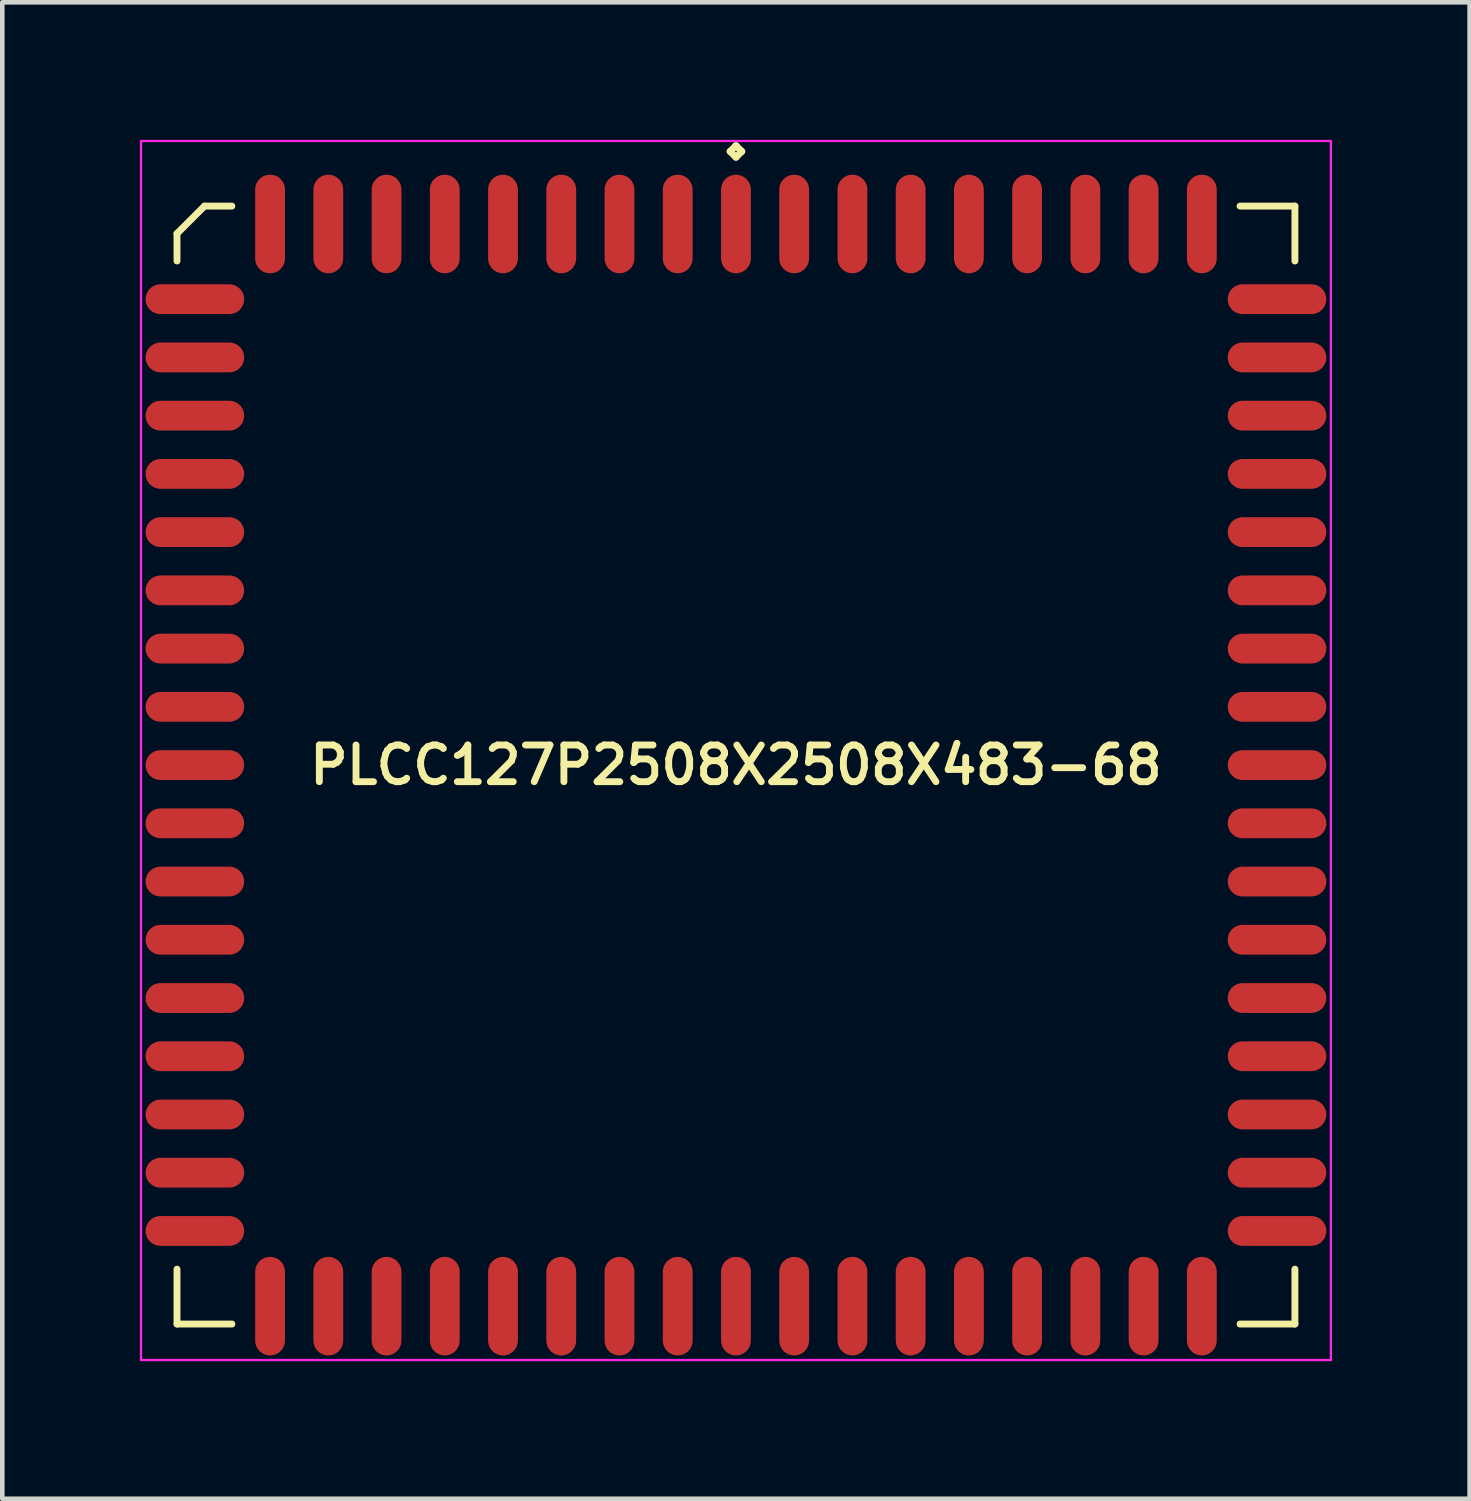
<source format=kicad_pcb>
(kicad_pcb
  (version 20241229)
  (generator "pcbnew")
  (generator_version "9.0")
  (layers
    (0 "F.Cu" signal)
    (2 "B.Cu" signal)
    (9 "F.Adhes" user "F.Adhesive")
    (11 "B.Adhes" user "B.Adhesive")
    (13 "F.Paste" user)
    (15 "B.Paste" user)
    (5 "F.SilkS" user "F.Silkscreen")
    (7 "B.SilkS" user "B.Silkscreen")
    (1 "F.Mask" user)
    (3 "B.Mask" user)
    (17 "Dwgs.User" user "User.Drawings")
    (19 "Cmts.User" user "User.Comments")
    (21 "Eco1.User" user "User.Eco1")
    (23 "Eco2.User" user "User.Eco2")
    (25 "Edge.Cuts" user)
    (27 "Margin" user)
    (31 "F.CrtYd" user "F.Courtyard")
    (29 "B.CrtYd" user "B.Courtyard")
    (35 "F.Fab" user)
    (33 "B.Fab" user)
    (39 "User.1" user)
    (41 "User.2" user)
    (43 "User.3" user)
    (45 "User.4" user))
  (footprint "PLCC127P2508X2508X483-68"
    (layer "F.Cu")
    (at 13 13.635)
    (property "Reference" "PLCC127P2508X2508X483-68" (at 0 0 0) (layer "F.SilkS") (effects (font (size 0.8 0.8) (thickness 0.15))))
    (attr smd)
    (fp_line (start -12.19 -11.591) (end -11.591 -12.19) (stroke (width 0.15) (type solid)) (layer "F.SilkS"))
    (fp_line (start -12.19 -10.993) (end -12.19 -11.591) (stroke (width 0.15) (type solid)) (layer "F.SilkS"))
    (fp_line (start -12.19 10.993) (end -12.19 12.19) (stroke (width 0.15) (type solid)) (layer "F.SilkS"))
    (fp_line (start -12.19 12.19) (end -10.993 12.19) (stroke (width 0.15) (type solid)) (layer "F.SilkS"))
    (fp_line (start -11.591 -12.19) (end -10.993 -12.19) (stroke (width 0.15) (type solid)) (layer "F.SilkS"))
    (fp_line (start -0.127 -13.383) (end 0 -13.51) (stroke (width 0.15) (type solid)) (layer "F.SilkS"))
    (fp_line (start 0 -13.51) (end 0.127 -13.383) (stroke (width 0.15) (type solid)) (layer "F.SilkS"))
    (fp_line (start 0 -13.256) (end -0.127 -13.383) (stroke (width 0.15) (type solid)) (layer "F.SilkS"))
    (fp_line (start 0.127 -13.383) (end 0 -13.256) (stroke (width 0.15) (type solid)) (layer "F.SilkS"))
    (fp_line (start 12.19 -12.19) (end 10.993 -12.19) (stroke (width 0.15) (type solid)) (layer "F.SilkS"))
    (fp_line (start 12.19 -10.993) (end 12.19 -12.19) (stroke (width 0.15) (type solid)) (layer "F.SilkS"))
    (fp_line (start 12.19 10.993) (end 12.19 12.19) (stroke (width 0.15) (type solid)) (layer "F.SilkS"))
    (fp_line (start 12.19 12.19) (end 10.993 12.19) (stroke (width 0.15) (type solid)) (layer "F.SilkS"))
    (fp_line (start -12.975 -13.61) (end 12.975 -13.61) (stroke (width 0.05) (type solid)) (layer "F.CrtYd"))
    (fp_line (start -12.975 12.975) (end -12.975 -13.61) (stroke (width 0.05) (type solid)) (layer "F.CrtYd"))
    (fp_line (start 12.975 -13.61) (end 12.975 12.975) (stroke (width 0.05) (type solid)) (layer "F.CrtYd"))
    (fp_line (start 12.975 12.975) (end -12.975 12.975) (stroke (width 0.05) (type solid)) (layer "F.CrtYd"))
    (pad "1" smd oval (at 0 -11.8) (size 0.65 2.15) (layers "F.Cu" "F.Mask" "F.Paste"))
    (pad "2" smd oval (at -1.27 -11.8) (size 0.65 2.15) (layers "F.Cu" "F.Mask" "F.Paste"))
    (pad "3" smd oval (at -2.54 -11.8) (size 0.65 2.15) (layers "F.Cu" "F.Mask" "F.Paste"))
    (pad "4" smd oval (at -3.81 -11.8) (size 0.65 2.15) (layers "F.Cu" "F.Mask" "F.Paste"))
    (pad "5" smd oval (at -5.08 -11.8) (size 0.65 2.15) (layers "F.Cu" "F.Mask" "F.Paste"))
    (pad "6" smd oval (at -6.35 -11.8) (size 0.65 2.15) (layers "F.Cu" "F.Mask" "F.Paste"))
    (pad "7" smd oval (at -7.62 -11.8) (size 0.65 2.15) (layers "F.Cu" "F.Mask" "F.Paste"))
    (pad "8" smd oval (at -8.89 -11.8) (size 0.65 2.15) (layers "F.Cu" "F.Mask" "F.Paste"))
    (pad "9" smd oval (at -10.16 -11.8) (size 0.65 2.15) (layers "F.Cu" "F.Mask" "F.Paste"))
    (pad "10" smd oval (at -11.8 -10.16) (size 2.15 0.65) (layers "F.Cu" "F.Mask" "F.Paste"))
    (pad "11" smd oval (at -11.8 -8.89) (size 2.15 0.65) (layers "F.Cu" "F.Mask" "F.Paste"))
    (pad "12" smd oval (at -11.8 -7.62) (size 2.15 0.65) (layers "F.Cu" "F.Mask" "F.Paste"))
    (pad "13" smd oval (at -11.8 -6.35) (size 2.15 0.65) (layers "F.Cu" "F.Mask" "F.Paste"))
    (pad "14" smd oval (at -11.8 -5.08) (size 2.15 0.65) (layers "F.Cu" "F.Mask" "F.Paste"))
    (pad "15" smd oval (at -11.8 -3.81) (size 2.15 0.65) (layers "F.Cu" "F.Mask" "F.Paste"))
    (pad "16" smd oval (at -11.8 -2.54) (size 2.15 0.65) (layers "F.Cu" "F.Mask" "F.Paste"))
    (pad "17" smd oval (at -11.8 -1.27) (size 2.15 0.65) (layers "F.Cu" "F.Mask" "F.Paste"))
    (pad "18" smd oval (at -11.8 0) (size 2.15 0.65) (layers "F.Cu" "F.Mask" "F.Paste"))
    (pad "19" smd oval (at -11.8 1.27) (size 2.15 0.65) (layers "F.Cu" "F.Mask" "F.Paste"))
    (pad "20" smd oval (at -11.8 2.54) (size 2.15 0.65) (layers "F.Cu" "F.Mask" "F.Paste"))
    (pad "21" smd oval (at -11.8 3.81) (size 2.15 0.65) (layers "F.Cu" "F.Mask" "F.Paste"))
    (pad "22" smd oval (at -11.8 5.08) (size 2.15 0.65) (layers "F.Cu" "F.Mask" "F.Paste"))
    (pad "23" smd oval (at -11.8 6.35) (size 2.15 0.65) (layers "F.Cu" "F.Mask" "F.Paste"))
    (pad "24" smd oval (at -11.8 7.62) (size 2.15 0.65) (layers "F.Cu" "F.Mask" "F.Paste"))
    (pad "25" smd oval (at -11.8 8.89) (size 2.15 0.65) (layers "F.Cu" "F.Mask" "F.Paste"))
    (pad "26" smd oval (at -11.8 10.16) (size 2.15 0.65) (layers "F.Cu" "F.Mask" "F.Paste"))
    (pad "27" smd oval (at -10.16 11.8) (size 0.65 2.15) (layers "F.Cu" "F.Mask" "F.Paste"))
    (pad "28" smd oval (at -8.89 11.8) (size 0.65 2.15) (layers "F.Cu" "F.Mask" "F.Paste"))
    (pad "29" smd oval (at -7.62 11.8) (size 0.65 2.15) (layers "F.Cu" "F.Mask" "F.Paste"))
    (pad "30" smd oval (at -6.35 11.8) (size 0.65 2.15) (layers "F.Cu" "F.Mask" "F.Paste"))
    (pad "31" smd oval (at -5.08 11.8) (size 0.65 2.15) (layers "F.Cu" "F.Mask" "F.Paste"))
    (pad "32" smd oval (at -3.81 11.8) (size 0.65 2.15) (layers "F.Cu" "F.Mask" "F.Paste"))
    (pad "33" smd oval (at -2.54 11.8) (size 0.65 2.15) (layers "F.Cu" "F.Mask" "F.Paste"))
    (pad "34" smd oval (at -1.27 11.8) (size 0.65 2.15) (layers "F.Cu" "F.Mask" "F.Paste"))
    (pad "35" smd oval (at 0 11.8) (size 0.65 2.15) (layers "F.Cu" "F.Mask" "F.Paste"))
    (pad "36" smd oval (at 1.27 11.8) (size 0.65 2.15) (layers "F.Cu" "F.Mask" "F.Paste"))
    (pad "37" smd oval (at 2.54 11.8) (size 0.65 2.15) (layers "F.Cu" "F.Mask" "F.Paste"))
    (pad "38" smd oval (at 3.81 11.8) (size 0.65 2.15) (layers "F.Cu" "F.Mask" "F.Paste"))
    (pad "39" smd oval (at 5.08 11.8) (size 0.65 2.15) (layers "F.Cu" "F.Mask" "F.Paste"))
    (pad "40" smd oval (at 6.35 11.8) (size 0.65 2.15) (layers "F.Cu" "F.Mask" "F.Paste"))
    (pad "41" smd oval (at 7.62 11.8) (size 0.65 2.15) (layers "F.Cu" "F.Mask" "F.Paste"))
    (pad "42" smd oval (at 8.89 11.8) (size 0.65 2.15) (layers "F.Cu" "F.Mask" "F.Paste"))
    (pad "43" smd oval (at 10.16 11.8) (size 0.65 2.15) (layers "F.Cu" "F.Mask" "F.Paste"))
    (pad "44" smd oval (at 11.8 10.16) (size 2.15 0.65) (layers "F.Cu" "F.Mask" "F.Paste"))
    (pad "45" smd oval (at 11.8 8.89) (size 2.15 0.65) (layers "F.Cu" "F.Mask" "F.Paste"))
    (pad "46" smd oval (at 11.8 7.62) (size 2.15 0.65) (layers "F.Cu" "F.Mask" "F.Paste"))
    (pad "47" smd oval (at 11.8 6.35) (size 2.15 0.65) (layers "F.Cu" "F.Mask" "F.Paste"))
    (pad "48" smd oval (at 11.8 5.08) (size 2.15 0.65) (layers "F.Cu" "F.Mask" "F.Paste"))
    (pad "49" smd oval (at 11.8 3.81) (size 2.15 0.65) (layers "F.Cu" "F.Mask" "F.Paste"))
    (pad "50" smd oval (at 11.8 2.54) (size 2.15 0.65) (layers "F.Cu" "F.Mask" "F.Paste"))
    (pad "51" smd oval (at 11.8 1.27) (size 2.15 0.65) (layers "F.Cu" "F.Mask" "F.Paste"))
    (pad "52" smd oval (at 11.8 0) (size 2.15 0.65) (layers "F.Cu" "F.Mask" "F.Paste"))
    (pad "53" smd oval (at 11.8 -1.27) (size 2.15 0.65) (layers "F.Cu" "F.Mask" "F.Paste"))
    (pad "54" smd oval (at 11.8 -2.54) (size 2.15 0.65) (layers "F.Cu" "F.Mask" "F.Paste"))
    (pad "55" smd oval (at 11.8 -3.81) (size 2.15 0.65) (layers "F.Cu" "F.Mask" "F.Paste"))
    (pad "56" smd oval (at 11.8 -5.08) (size 2.15 0.65) (layers "F.Cu" "F.Mask" "F.Paste"))
    (pad "57" smd oval (at 11.8 -6.35) (size 2.15 0.65) (layers "F.Cu" "F.Mask" "F.Paste"))
    (pad "58" smd oval (at 11.8 -7.62) (size 2.15 0.65) (layers "F.Cu" "F.Mask" "F.Paste"))
    (pad "59" smd oval (at 11.8 -8.89) (size 2.15 0.65) (layers "F.Cu" "F.Mask" "F.Paste"))
    (pad "60" smd oval (at 11.8 -10.16) (size 2.15 0.65) (layers "F.Cu" "F.Mask" "F.Paste"))
    (pad "61" smd oval (at 10.16 -11.8) (size 0.65 2.15) (layers "F.Cu" "F.Mask" "F.Paste"))
    (pad "62" smd oval (at 8.89 -11.8) (size 0.65 2.15) (layers "F.Cu" "F.Mask" "F.Paste"))
    (pad "63" smd oval (at 7.62 -11.8) (size 0.65 2.15) (layers "F.Cu" "F.Mask" "F.Paste"))
    (pad "64" smd oval (at 6.35 -11.8) (size 0.65 2.15) (layers "F.Cu" "F.Mask" "F.Paste"))
    (pad "65" smd oval (at 5.08 -11.8) (size 0.65 2.15) (layers "F.Cu" "F.Mask" "F.Paste"))
    (pad "66" smd oval (at 3.81 -11.8) (size 0.65 2.15) (layers "F.Cu" "F.Mask" "F.Paste"))
    (pad "67" smd oval (at 2.54 -11.8) (size 0.65 2.15) (layers "F.Cu" "F.Mask" "F.Paste"))
    (pad "68" smd oval (at 1.27 -11.8) (size 0.65 2.15) (layers "F.Cu" "F.Mask" "F.Paste")))
  (gr_rect
    (start -3 -3)
    (end 29 29.635)
    (stroke (width 0.1) (type default))
    (fill no)
    (layer "Edge.Cuts")))
</source>
